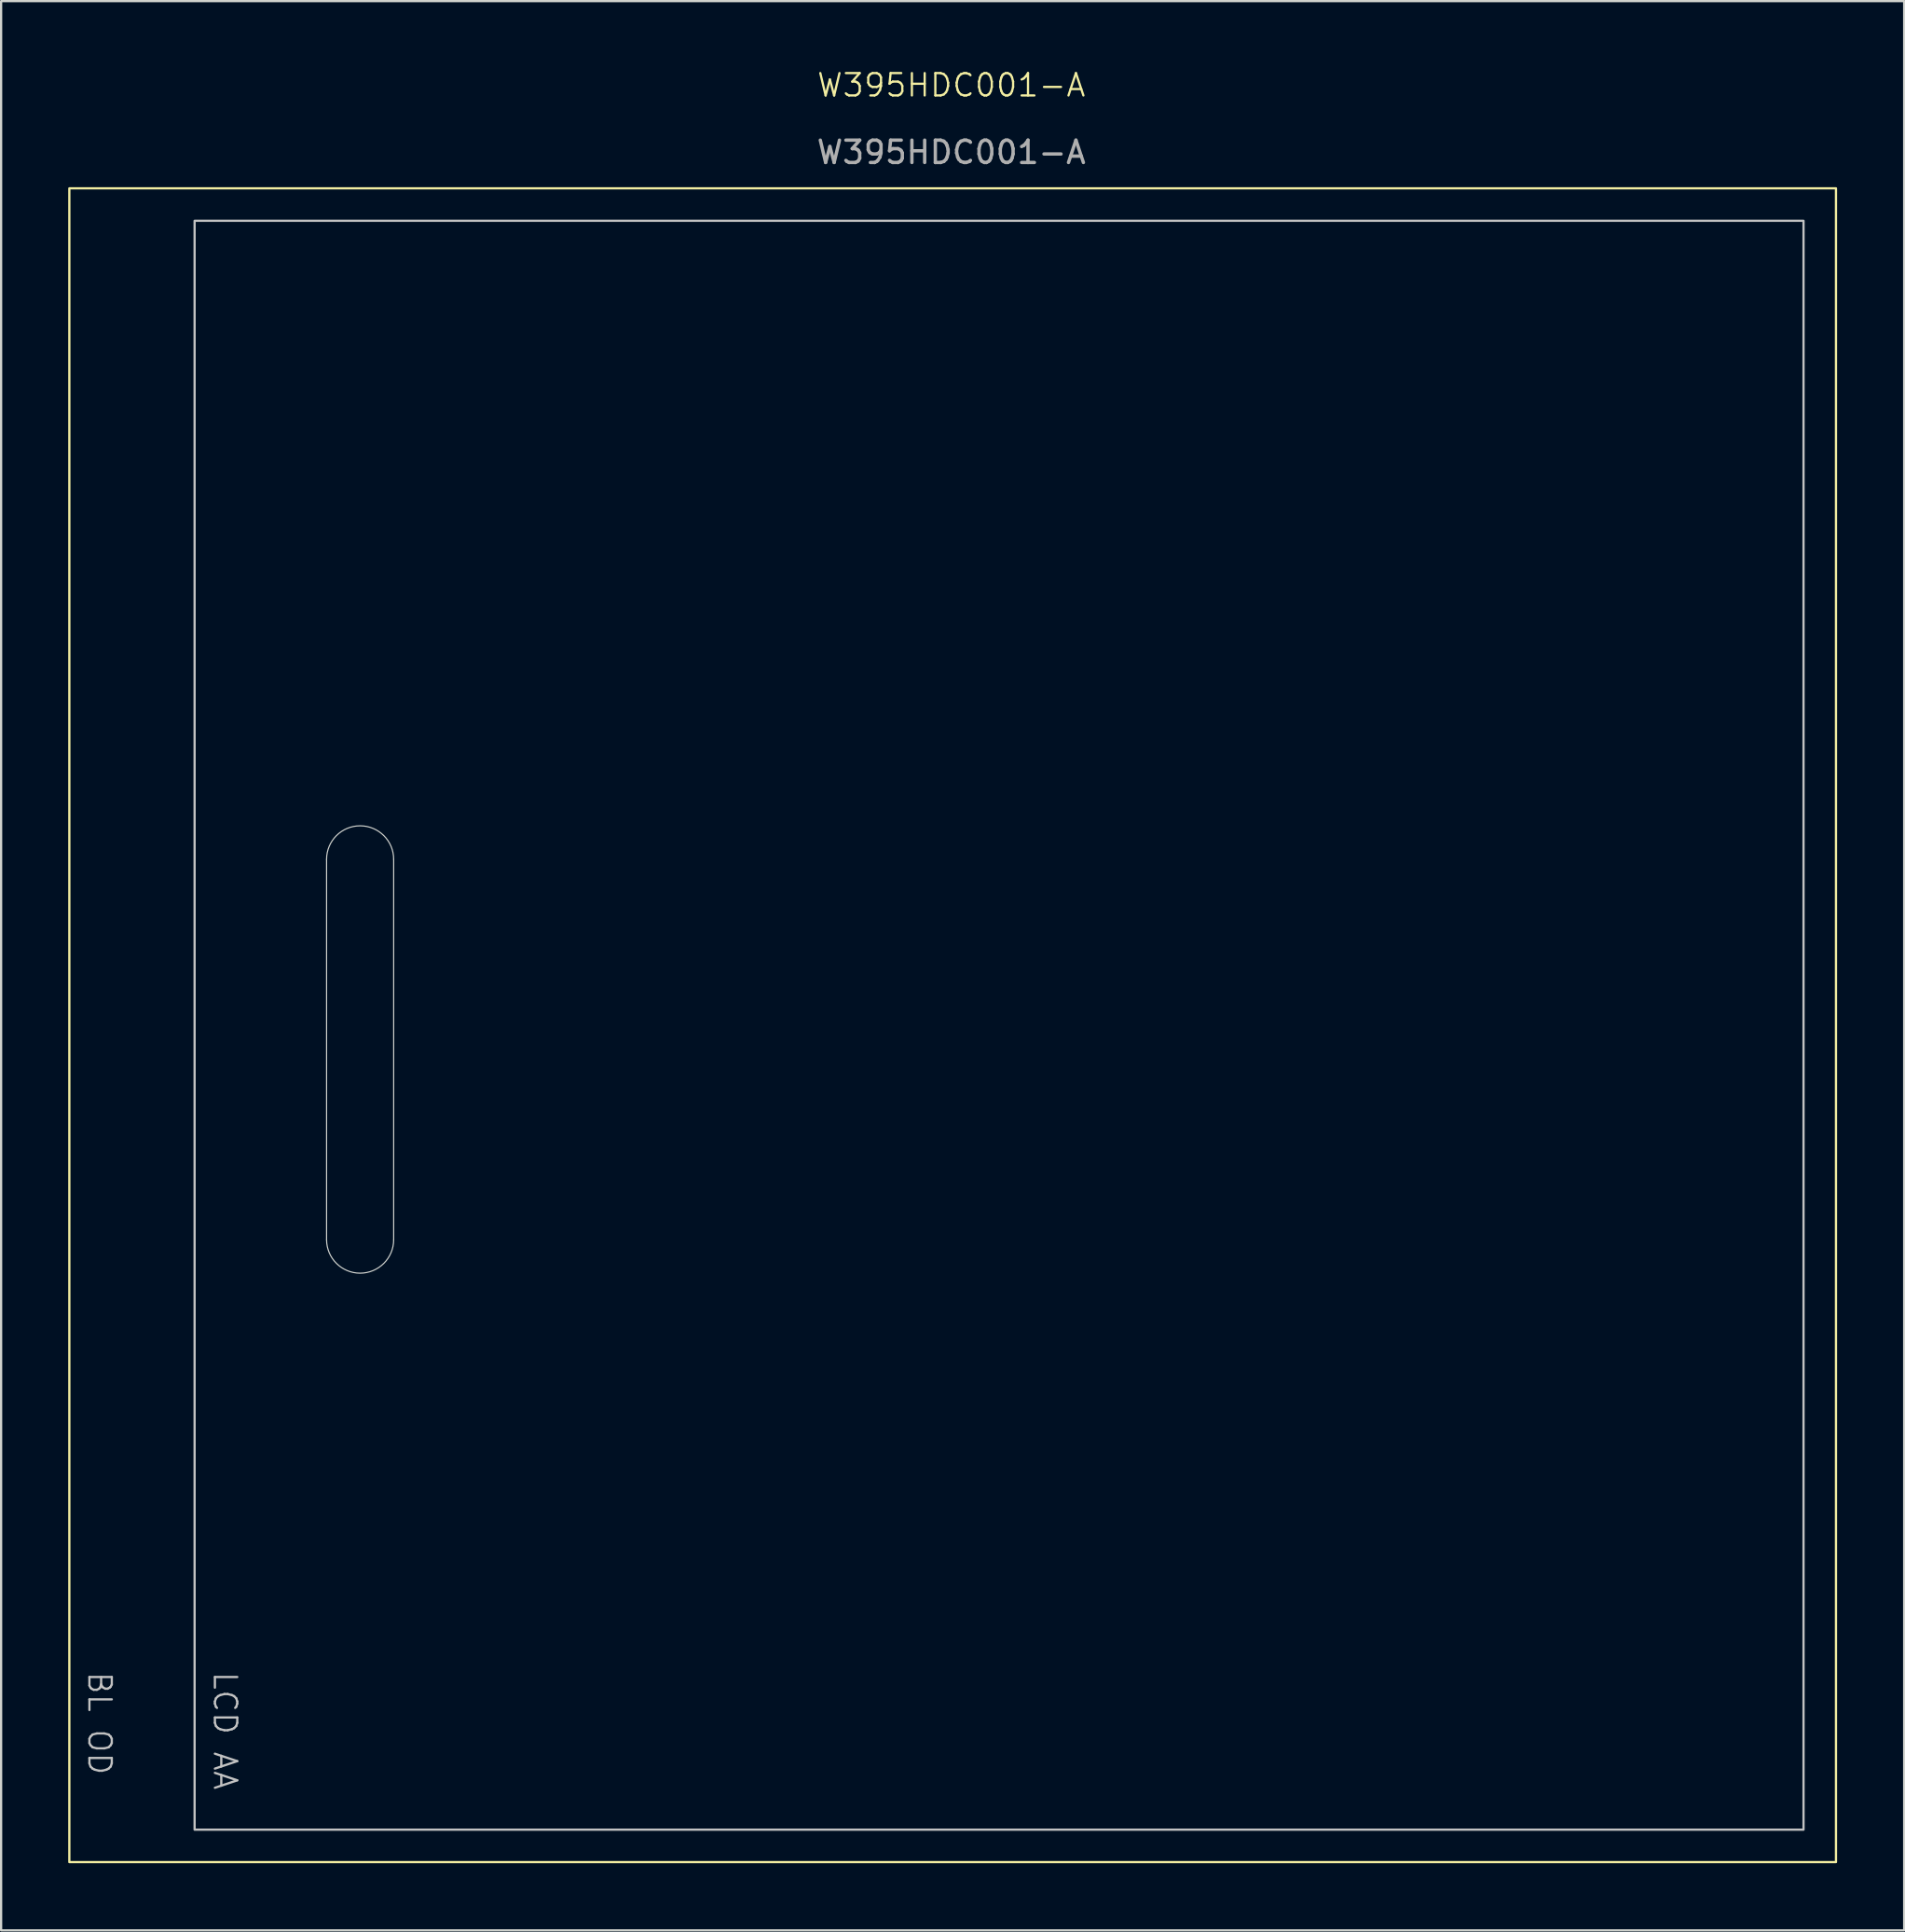
<source format=kicad_pcb>
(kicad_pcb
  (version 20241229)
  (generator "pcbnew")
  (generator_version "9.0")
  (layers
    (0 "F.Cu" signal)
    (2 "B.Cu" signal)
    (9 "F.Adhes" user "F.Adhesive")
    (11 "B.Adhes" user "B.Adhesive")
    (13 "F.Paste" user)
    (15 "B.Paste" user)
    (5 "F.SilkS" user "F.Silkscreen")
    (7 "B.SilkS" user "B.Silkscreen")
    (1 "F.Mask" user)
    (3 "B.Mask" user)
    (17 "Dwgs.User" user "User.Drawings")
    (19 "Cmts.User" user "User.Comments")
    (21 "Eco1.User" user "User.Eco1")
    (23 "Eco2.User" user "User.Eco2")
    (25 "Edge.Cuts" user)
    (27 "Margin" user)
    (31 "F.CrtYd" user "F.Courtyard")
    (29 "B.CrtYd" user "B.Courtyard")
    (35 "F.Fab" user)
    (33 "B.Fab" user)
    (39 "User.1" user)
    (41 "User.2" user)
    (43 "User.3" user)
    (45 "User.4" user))
  (footprint "W395HDC001-A"
    (layer "F.Cu")
    (at 41.615 42.785)
    (property "Reference" "W395HDC001-A" (at -2.135 -42.025 0) (unlocked yes) (layer "F.SilkS") (effects (font (size 1 1) (thickness 0.1))))
    (attr smd)
    (fp_rect (start -41.565 -37.415) (end 37.415 37.415) (stroke (width 0.1) (type solid)) (fill no) (layer "F.SilkS"))
    (fp_rect (start -35.965 -35.965) (end 35.965 35.965) (stroke (width 0.1) (type solid)) (fill no) (layer "Dwgs.User"))
    (fp_line (start -30.065 -7.415) (end -30.065 9.585) (stroke (width 0.05) (type default)) (layer "Edge.Cuts"))
    (fp_line (start -27.065 9.585) (end -27.065 -7.415) (stroke (width 0.05) (type default)) (layer "Edge.Cuts"))
    (fp_arc (start -30.065 -7.415) (mid -28.565 -8.915) (end -27.065 -7.415) (stroke (width 0.05) (type default)) (layer "Edge.Cuts"))
    (fp_arc (start -27.065 9.585) (mid -28.565 11.085) (end -30.065 9.585) (stroke (width 0.05) (type default)) (layer "Edge.Cuts"))
    (fp_text user "BL OD" (at -40.795 28.835 270) (unlocked yes) (layer "Dwgs.User") (effects (font (size 1 1) (thickness 0.1)) (justify left bottom)))
    (fp_text user "LCD AA" (at -35.185 28.835 270) (unlocked yes) (layer "Dwgs.User") (effects (font (size 1 1) (thickness 0.1)) (justify left bottom)))
    (fp_text user "${REFERENCE}" (at -2.135 -39.025 0) (unlocked yes) (layer "F.Fab") (effects (font (size 1 1) (thickness 0.15)))))
  (gr_rect
    (start -3 -3)
    (end 82.08 83.251)
    (stroke (width 0.1) (type default))
    (fill no)
    (layer "Edge.Cuts")))
</source>
